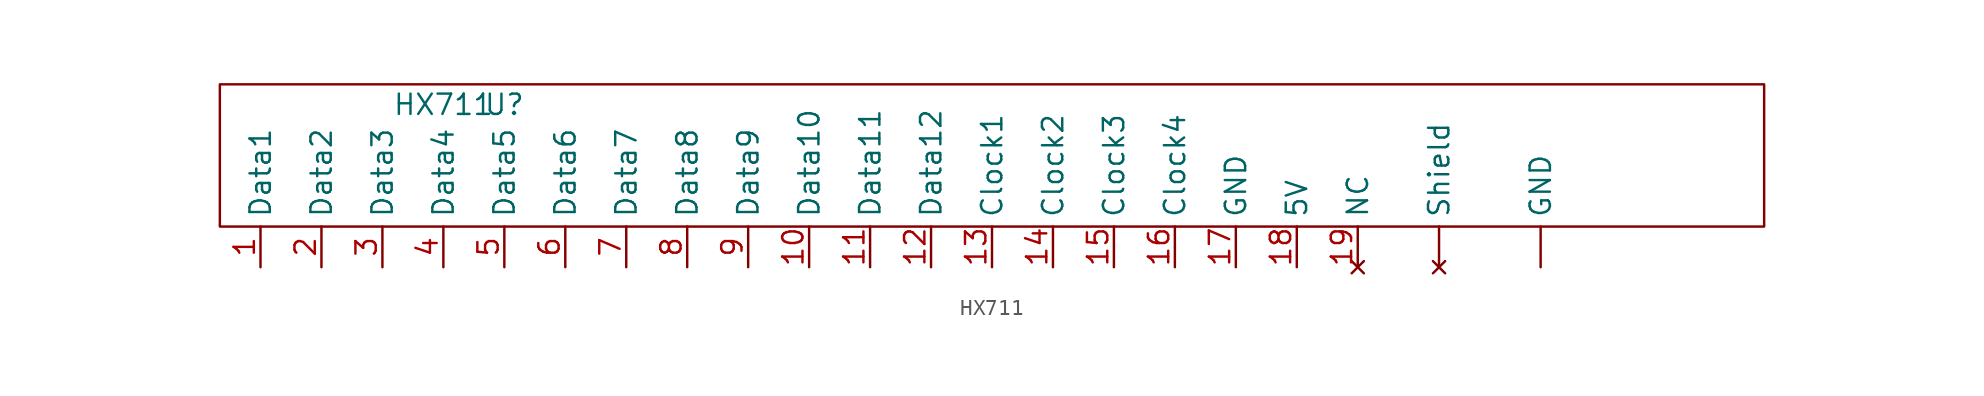
<source format=kicad_sym>
(kicad_symbol_lib
  (version 20211014)
  (generator kicad_symbol_editor)
  (symbol "HX711"
    (property "Reference" "U"
      (at 3.81 2.54 0)
      (effects (font (size 1.27 1.27))))
    (property "Value" "HX711"
      (at 0 2.54 0)
      (effects (font (size 1.27 1.27))))
    (symbol "HX711_0_1"
      (rectangle (start -13.97 3.81) (end 82.55 -5.08) (stroke (width 0.152) (type default) (color 0 0 0 0)) (fill (type none))))
    (symbol "HX711_1_1"
      (pin output line (at 68.58 -7.62 90) (length 2.54) (name "GND" (effects (font (size 1.27 1.27)))) (number "" (effects (font (size 1.27 1.27)))))
      (pin no_connect line (at 62.23 -7.62 90) (length 2.54) (name "Shield" (effects (font (size 1.27 1.27)))) (number "" (effects (font (size 1.27 1.27)))))
      (pin output line (at -11.43 -7.62 90) (length 2.54) (name "Data1" (effects (font (size 1.27 1.27)))) (number "1" (effects (font (size 1.27 1.27)))))
      (pin output line (at 22.86 -7.62 90) (length 2.54) (name "Data10" (effects (font (size 1.27 1.27)))) (number "10" (effects (font (size 1.27 1.27)))))
      (pin output line (at 26.67 -7.62 90) (length 2.54) (name "Data11" (effects (font (size 1.27 1.27)))) (number "11" (effects (font (size 1.27 1.27)))))
      (pin output line (at 30.48 -7.62 90) (length 2.54) (name "Data12" (effects (font (size 1.27 1.27)))) (number "12" (effects (font (size 1.27 1.27)))))
      (pin output line (at 34.29 -7.62 90) (length 2.54) (name "Clock1" (effects (font (size 1.27 1.27)))) (number "13" (effects (font (size 1.27 1.27)))))
      (pin output line (at 38.1 -7.62 90) (length 2.54) (name "Clock2" (effects (font (size 1.27 1.27)))) (number "14" (effects (font (size 1.27 1.27)))))
      (pin output line (at 41.91 -7.62 90) (length 2.54) (name "Clock3" (effects (font (size 1.27 1.27)))) (number "15" (effects (font (size 1.27 1.27)))))
      (pin output line (at 45.72 -7.62 90) (length 2.54) (name "Clock4" (effects (font (size 1.27 1.27)))) (number "16" (effects (font (size 1.27 1.27)))))
      (pin power_out line (at 49.53 -7.62 90) (length 2.54) (name "GND" (effects (font (size 1.27 1.27)))) (number "17" (effects (font (size 1.27 1.27)))))
      (pin power_in line (at 53.34 -7.62 90) (length 2.54) (name "5V" (effects (font (size 1.27 1.27)))) (number "18" (effects (font (size 1.27 1.27)))))
      (pin no_connect line (at 57.15 -7.62 90) (length 2.54) (name "NC" (effects (font (size 1.27 1.27)))) (number "19" (effects (font (size 1.27 1.27)))))
      (pin output line (at -7.62 -7.62 90) (length 2.54) (name "Data2" (effects (font (size 1.27 1.27)))) (number "2" (effects (font (size 1.27 1.27)))))
      (pin output line (at -3.81 -7.62 90) (length 2.54) (name "Data3" (effects (font (size 1.27 1.27)))) (number "3" (effects (font (size 1.27 1.27)))))
      (pin output line (at 0 -7.62 90) (length 2.54) (name "Data4" (effects (font (size 1.27 1.27)))) (number "4" (effects (font (size 1.27 1.27)))))
      (pin output line (at 3.81 -7.62 90) (length 2.54) (name "Data5" (effects (font (size 1.27 1.27)))) (number "5" (effects (font (size 1.27 1.27)))))
      (pin output line (at 7.62 -7.62 90) (length 2.54) (name "Data6" (effects (font (size 1.27 1.27)))) (number "6" (effects (font (size 1.27 1.27)))))
      (pin output line (at 11.43 -7.62 90) (length 2.54) (name "Data7" (effects (font (size 1.27 1.27)))) (number "7" (effects (font (size 1.27 1.27)))))
      (pin output line (at 15.24 -7.62 90) (length 2.54) (name "Data8" (effects (font (size 1.27 1.27)))) (number "8" (effects (font (size 1.27 1.27)))))
      (pin output line (at 19.05 -7.62 90) (length 2.54) (name "Data9" (effects (font (size 1.27 1.27)))) (number "9" (effects (font (size 1.27 1.27))))))))
</source>
